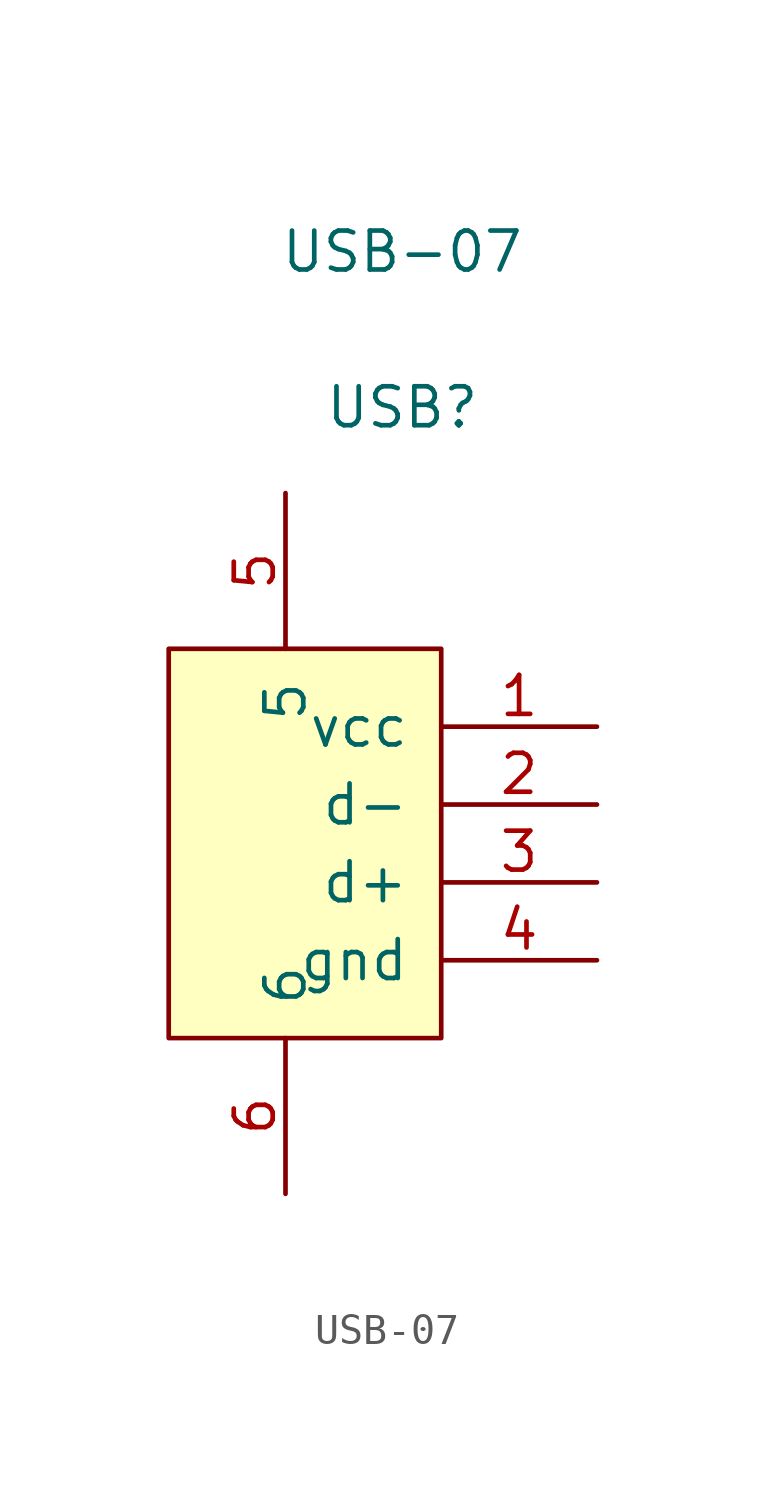
<source format=kicad_sym>
(kicad_symbol_lib
  (version 20220914)
  (generator kicad_symbol_editor)
  (symbol "USB-07"
    (pin_names
      (offset 1.016))
    (property "Reference" "USB"
      (at 0 14.224 0)
      (effects (font (size 1.27 1.27))))
    (property "Value" "USB-07"
      (at 0 19.304 0)
      (effects (font (size 1.27 1.27))))
    (symbol "USB-07_1_1"
      (rectangle (start -7.62 6.35) (end 1.27 -6.35) (stroke (width 0.152) (type solid)) (fill (type background)))
      (pin input line (at 6.35 3.81 180) (length 5.08) (name "vcc" (effects (font (size 1.27 1.27)))) (number "1" (effects (font (size 1.27 1.27)))))
      (pin input line (at 6.35 1.27 180) (length 5.08) (name "d-" (effects (font (size 1.27 1.27)))) (number "2" (effects (font (size 1.27 1.27)))))
      (pin input line (at 6.35 -1.27 180) (length 5.08) (name "d+" (effects (font (size 1.27 1.27)))) (number "3" (effects (font (size 1.27 1.27)))))
      (pin input line (at 6.35 -3.81 180) (length 5.08) (name "gnd" (effects (font (size 1.27 1.27)))) (number "4" (effects (font (size 1.27 1.27)))))
      (pin input line (at -3.81 11.43 270) (length 5.08) (name "5" (effects (font (size 1.27 1.27)))) (number "5" (effects (font (size 1.27 1.27)))))
      (pin input line (at -3.81 -11.43 90) (length 5.08) (name "6" (effects (font (size 1.27 1.27)))) (number "6" (effects (font (size 1.27 1.27))))))))
</source>
